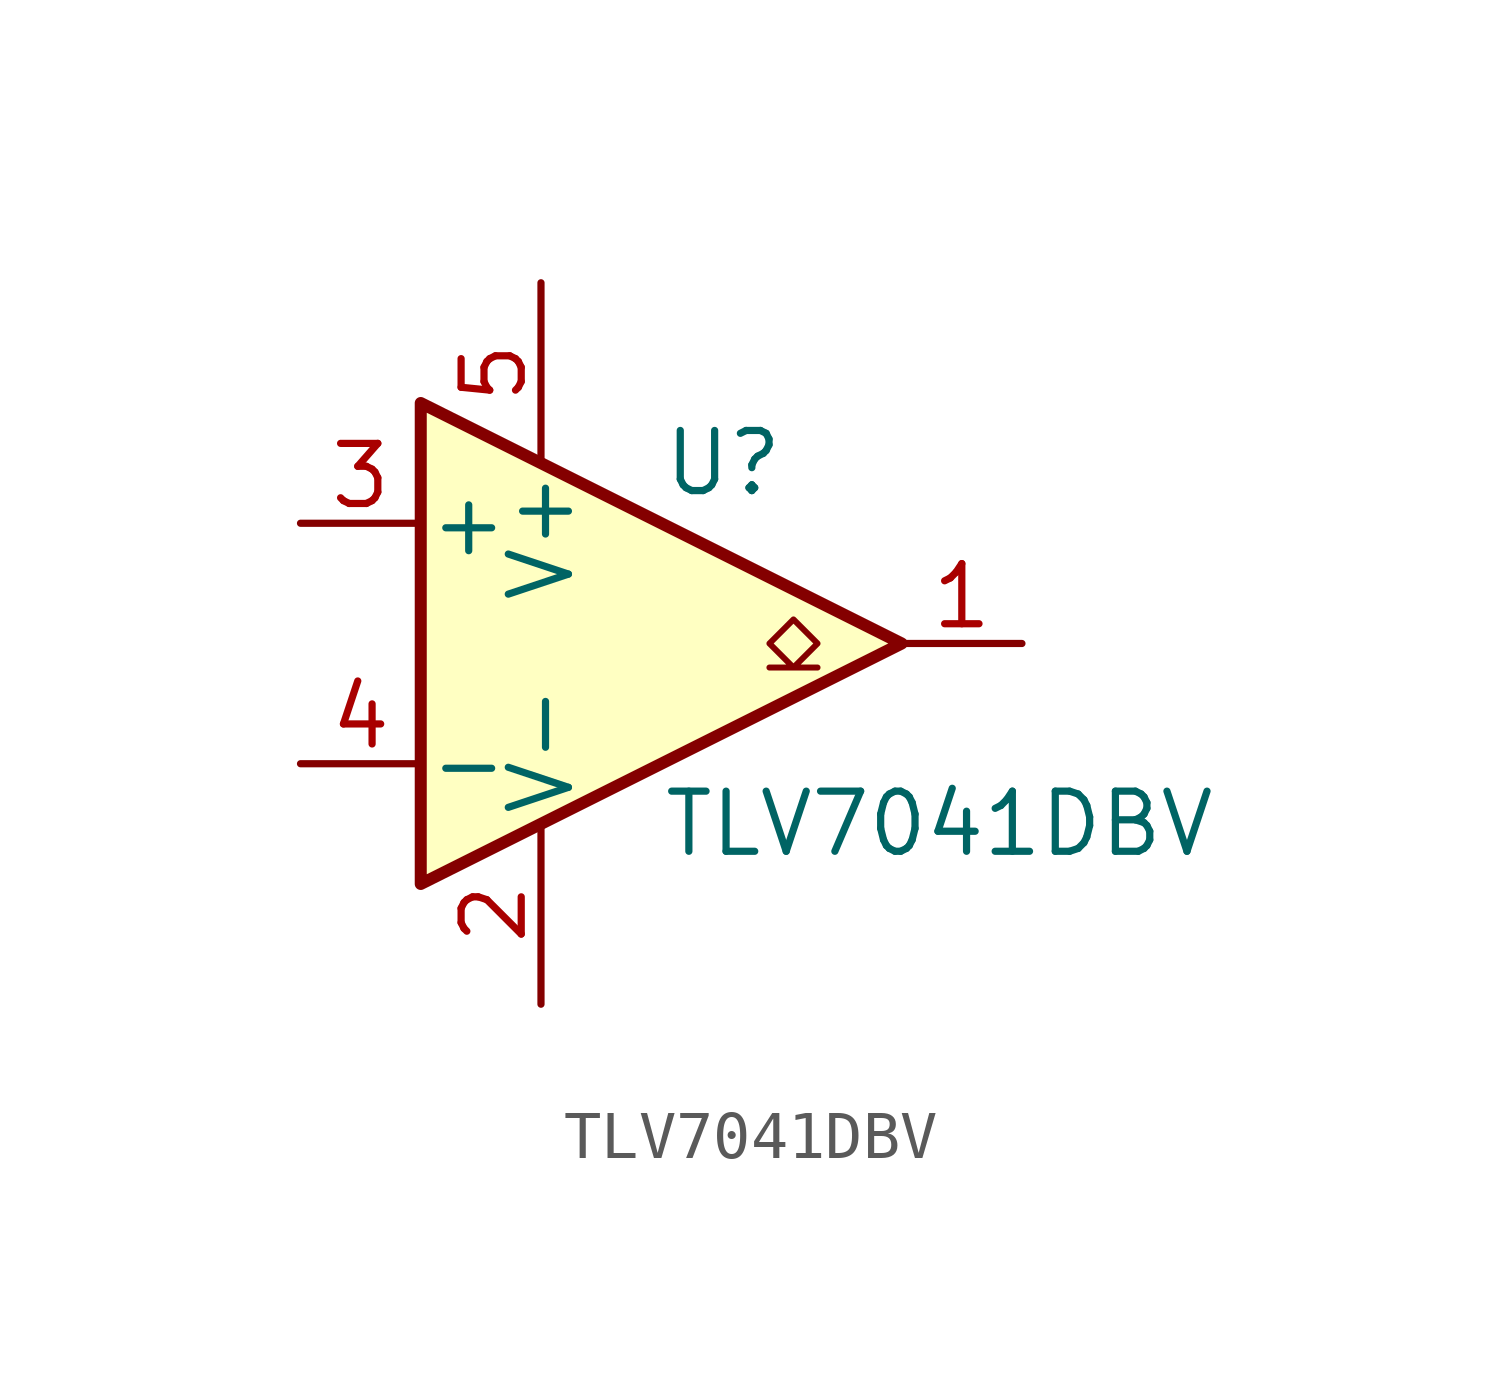
<source format=kicad_sym>
(kicad_symbol_lib
  (version 20220914)
  (generator kicad_symbol_editor)
  (symbol "TLV7041DBV"
    (pin_names
      (offset 0.127))
    (property "Reference" "U"
      (at 0 3.81 0)
      (effects (font (size 1.27 1.27)) (justify left)))
    (property "Value" "TLV7041DBV"
      (at 0 -3.81 0)
      (effects (font (size 1.27 1.27)) (justify left)))
    (symbol "TLV7041DBV_0_1"
      (polyline (pts (xy -5.08 5.08) (xy 5.08 0) (xy -5.08 -5.08) (xy -5.08 5.08)) (stroke (width 0.254) (type default)) (fill (type background)))
      (polyline (pts (xy 3.302 -0.508) (xy 2.794 -0.508) (xy 3.302 0) (xy 2.794 0.508) (xy 2.286 0) (xy 2.794 -0.508) (xy 2.286 -0.508)) (stroke (width 0.127) (type default)) (fill (type none)))
      (pin power_in line (at -2.54 -7.62 90) (length 3.81) (name "V-" (effects (font (size 1.27 1.27)))) (number "2" (effects (font (size 1.27 1.27)))))
      (pin power_in line (at -2.54 7.62 270) (length 3.81) (name "V+" (effects (font (size 1.27 1.27)))) (number "5" (effects (font (size 1.27 1.27))))))
    (symbol "TLV7041DBV_1_1"
      (pin open_collector line (at 7.62 0 180) (length 2.54) (name "~" (effects (font (size 1.27 1.27)))) (number "1" (effects (font (size 1.27 1.27)))))
      (pin input line (at -7.62 2.54 0) (length 2.54) (name "+" (effects (font (size 1.27 1.27)))) (number "3" (effects (font (size 1.27 1.27)))))
      (pin input line (at -7.62 -2.54 0) (length 2.54) (name "-" (effects (font (size 1.27 1.27)))) (number "4" (effects (font (size 1.27 1.27))))))))
</source>
